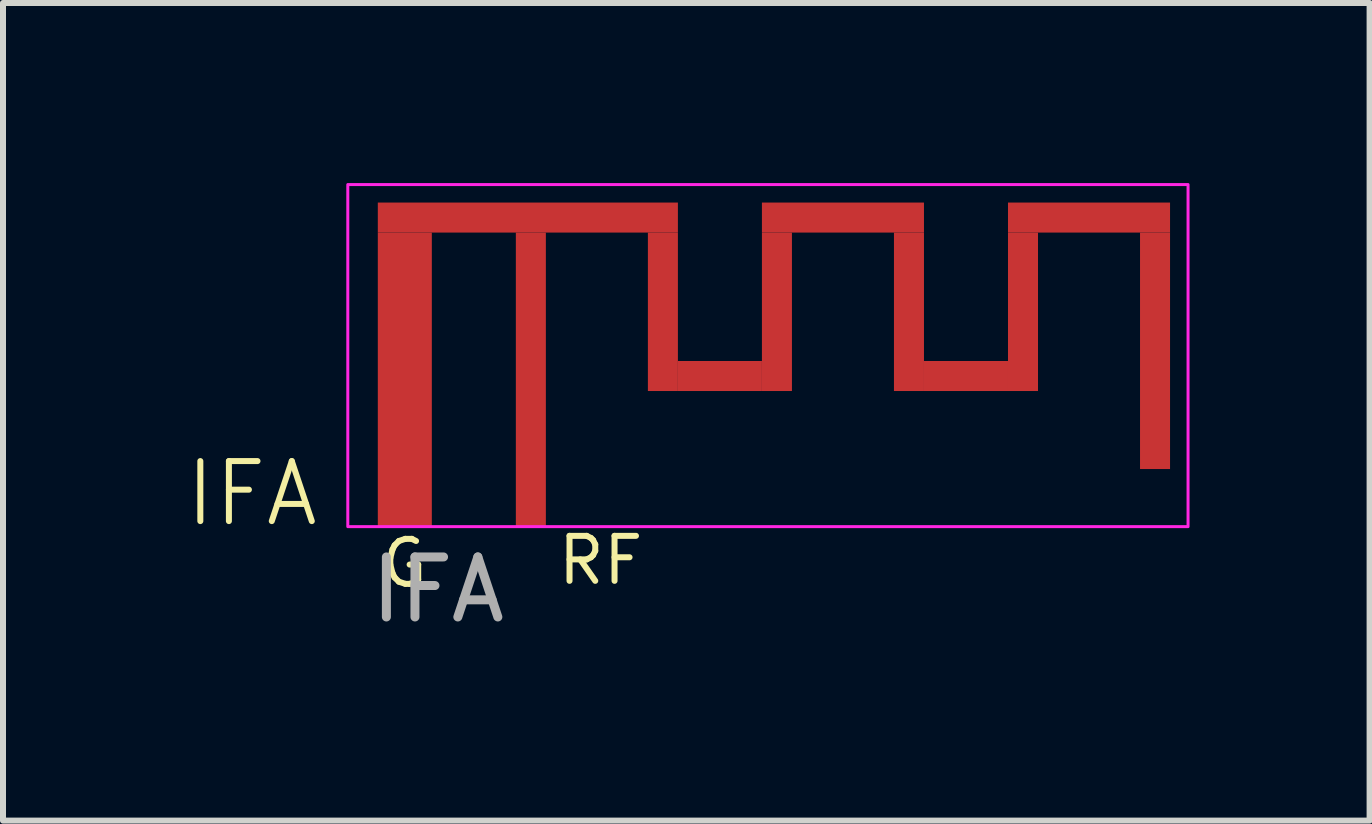
<source format=kicad_pcb>
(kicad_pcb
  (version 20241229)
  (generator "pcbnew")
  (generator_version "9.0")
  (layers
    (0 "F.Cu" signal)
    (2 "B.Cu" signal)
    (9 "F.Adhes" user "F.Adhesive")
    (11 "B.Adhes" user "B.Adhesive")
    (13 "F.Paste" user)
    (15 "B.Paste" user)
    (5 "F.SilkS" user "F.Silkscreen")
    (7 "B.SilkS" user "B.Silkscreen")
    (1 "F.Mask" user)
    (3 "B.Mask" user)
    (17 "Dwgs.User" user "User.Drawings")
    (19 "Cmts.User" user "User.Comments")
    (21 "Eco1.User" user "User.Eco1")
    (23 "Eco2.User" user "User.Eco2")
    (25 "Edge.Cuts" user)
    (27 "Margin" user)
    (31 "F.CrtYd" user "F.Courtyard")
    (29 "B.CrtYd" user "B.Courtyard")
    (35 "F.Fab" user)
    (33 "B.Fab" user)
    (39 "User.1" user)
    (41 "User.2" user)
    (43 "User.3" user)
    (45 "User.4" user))
  (footprint "IFA"
    (layer "F.Cu")
    (at 3.245 5.725)
    (property "Reference" "IFA" (at -2.1 -0.55 0) (unlocked yes) (layer "F.SilkS") (effects (font (size 1 1) (thickness 0.1))))
    (attr smd)
    (fp_rect (start 0 -5.4) (end 5 -4.9) (stroke (width 0) (type solid)) (fill yes) (layer "F.Cu"))
    (fp_rect (start 0 -4.9) (end 0.9 0) (stroke (width 0) (type solid)) (fill yes) (layer "F.Cu"))
    (fp_rect (start 2.3 -4.9) (end 2.8 0) (stroke (width 0) (type solid)) (fill yes) (layer "F.Cu"))
    (fp_rect (start 4.5 -4.9) (end 5 -2.26) (stroke (width 0) (type solid)) (fill yes) (layer "F.Cu"))
    (fp_rect (start 5 -2.76) (end 6.4 -2.26) (stroke (width 0) (type solid)) (fill yes) (layer "F.Cu"))
    (fp_rect (start 6.4 -5.4) (end 9.1 -4.9) (stroke (width 0) (type solid)) (fill yes) (layer "F.Cu"))
    (fp_rect (start 6.4 -4.9) (end 6.9 -2.26) (stroke (width 0) (type solid)) (fill yes) (layer "F.Cu"))
    (fp_rect (start 8.6 -4.9) (end 9.1 -2.26) (stroke (width 0) (type solid)) (fill yes) (layer "F.Cu"))
    (fp_rect (start 9.1 -2.76) (end 10.5 -2.26) (stroke (width 0) (type solid)) (fill yes) (layer "F.Cu"))
    (fp_rect (start 10.5 -5.4) (end 13.2 -4.9) (stroke (width 0) (type solid)) (fill yes) (layer "F.Cu"))
    (fp_rect (start 10.5 -4.9) (end 11 -2.26) (stroke (width 0) (type solid)) (fill yes) (layer "F.Cu"))
    (fp_rect (start 12.7 -4.9) (end 13.2 -0.96) (stroke (width 0) (type solid)) (fill yes) (layer "F.Cu"))
    (fp_rect (start -0.5 -5.7) (end 13.5 0) (stroke (width 0.05) (type default)) (fill no) (layer "F.CrtYd"))
    (fp_text user "RF" (at 2.95 1 0) (unlocked yes) (layer "F.SilkS") (effects (font (size 0.75 0.75) (thickness 0.1)) (justify left bottom)))
    (fp_text user "G" (at 0 1.05 0) (unlocked yes) (layer "F.SilkS") (effects (font (size 0.75 0.75) (thickness 0.1)) (justify left bottom)))
    (fp_text user "${REFERENCE}" (at 1 1.05 0) (unlocked yes) (layer "F.Fab") (effects (font (size 1 1) (thickness 0.15))))
    (zone (net_name "") (layers "F.Cu" "B.Cu") (hatch full 0.5) (connect_pads) (min_thickness 0.25) (filled_areas_thickness no) (keepout (tracks not_allowed) (vias not_allowed) (pads not_allowed) (copperpour not_allowed) (footprints not_allowed)) (placement (enabled no)) (fill) (polygon (pts (xy 2.745 0.025) (xy 16.745 0.025) (xy 16.745 5.225) (xy 2.745 5.225)))))
  (gr_rect
    (start -3 -3)
    (end 19.77 10.623)
    (stroke (width 0.1) (type default))
    (fill no)
    (layer "Edge.Cuts")))
</source>
